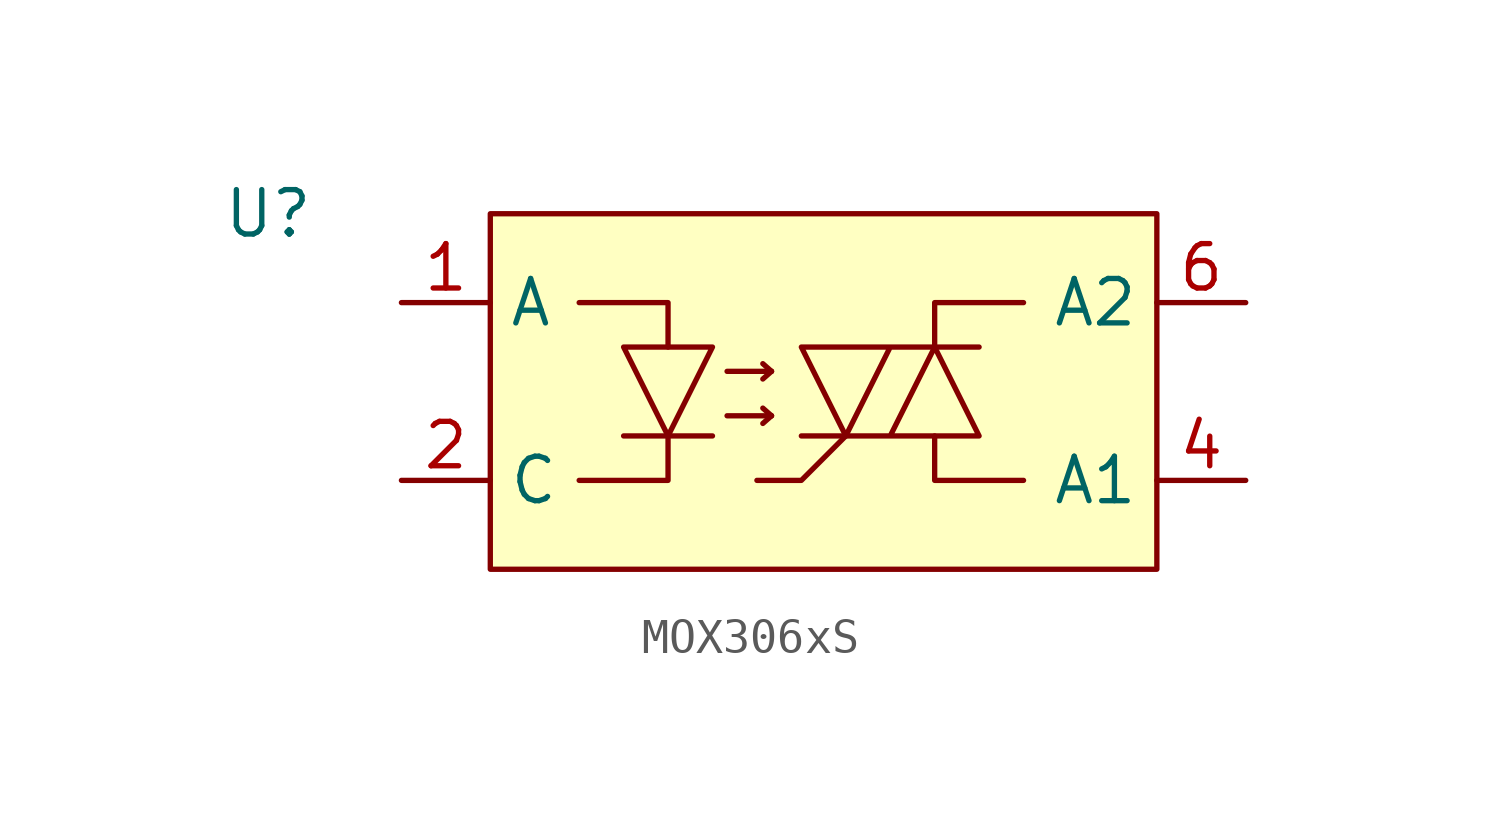
<source format=kicad_sym>
(kicad_symbol_lib
  (version 20241209)
  (generator "kicad_symbol_editor")
  (generator_version "9.0")
  (symbol "MOX306xS"
    (property "Reference" "U"
      (at 0 0 0)
      (effects (font (size 1.27 1.27))))
    (property "Value" ""
      (at 0 0 0)
      (effects (font (size 1.27 1.27))))
    (symbol "MOX306xS_0_1"
      (polyline (pts (xy 8.89 -2.54) (xy 11.43 -2.54) (xy 11.43 -3.81)) (stroke (width 0) (type default)) (fill (type none)))
      (polyline (pts (xy 10.16 -3.81) (xy 12.7 -3.81) (xy 11.43 -6.35) (xy 10.16 -3.81)) (stroke (width 0) (type default)) (fill (type none)))
      (polyline (pts (xy 10.16 -6.35) (xy 12.7 -6.35)) (stroke (width 0) (type default)) (fill (type none)))
      (polyline (pts (xy 11.43 -6.35) (xy 11.43 -7.62) (xy 8.89 -7.62)) (stroke (width 0) (type default)) (fill (type none)))
      (polyline (pts (xy 13.117 -4.504) (xy 14.387 -4.504)) (stroke (width 0) (type default)) (fill (type none)))
      (polyline (pts (xy 13.117 -5.774) (xy 14.387 -5.774)) (stroke (width 0) (type default)) (fill (type none)))
      (polyline (pts (xy 14.387 -4.504) (xy 14.139 -4.285)) (stroke (width 0) (type default)) (fill (type none)))
      (polyline (pts (xy 14.387 -4.504) (xy 14.139 -4.723)) (stroke (width 0) (type default)) (fill (type none)))
      (polyline (pts (xy 14.387 -5.774) (xy 14.139 -5.555)) (stroke (width 0) (type default)) (fill (type none)))
      (polyline (pts (xy 14.387 -5.774) (xy 14.139 -5.993)) (stroke (width 0) (type default)) (fill (type none)))
      (polyline (pts (xy 15.24 -6.35) (xy 20.32 -6.35) (xy 19.05 -3.81) (xy 17.78 -6.35)) (stroke (width 0) (type default)) (fill (type none)))
      (polyline (pts (xy 16.51 -6.35) (xy 15.24 -7.62) (xy 13.97 -7.62)) (stroke (width 0) (type default)) (fill (type none)))
      (polyline (pts (xy 19.05 -3.81) (xy 19.05 -2.54) (xy 21.59 -2.54)) (stroke (width 0) (type default)) (fill (type none)))
      (polyline (pts (xy 19.05 -6.35) (xy 19.05 -7.62) (xy 21.59 -7.62)) (stroke (width 0) (type default)) (fill (type none)))
      (polyline (pts (xy 20.32 -3.81) (xy 15.24 -3.81) (xy 16.51 -6.35) (xy 17.78 -3.81)) (stroke (width 0) (type default)) (fill (type none))))
    (symbol "MOX306xS_1_1"
      (rectangle (start 6.35 0) (end 25.4 -10.16) (stroke (width 0) (type solid)) (fill (type background)))
      (pin passive line (at 3.81 -2.54 0) (length 2.54) (name "A" (effects (font (size 1.27 1.27)))) (number "1" (effects (font (size 1.27 1.27)))))
      (pin passive line (at 3.81 -7.62 0) (length 2.54) (name "C" (effects (font (size 1.27 1.27)))) (number "2" (effects (font (size 1.27 1.27)))))
      (pin passive line (at 27.94 -2.54 180) (length 2.54) (name "A2" (effects (font (size 1.27 1.27)))) (number "6" (effects (font (size 1.27 1.27)))))
      (pin passive line (at 27.94 -7.62 180) (length 2.54) (name "A1" (effects (font (size 1.27 1.27)))) (number "4" (effects (font (size 1.27 1.27))))))))
</source>
